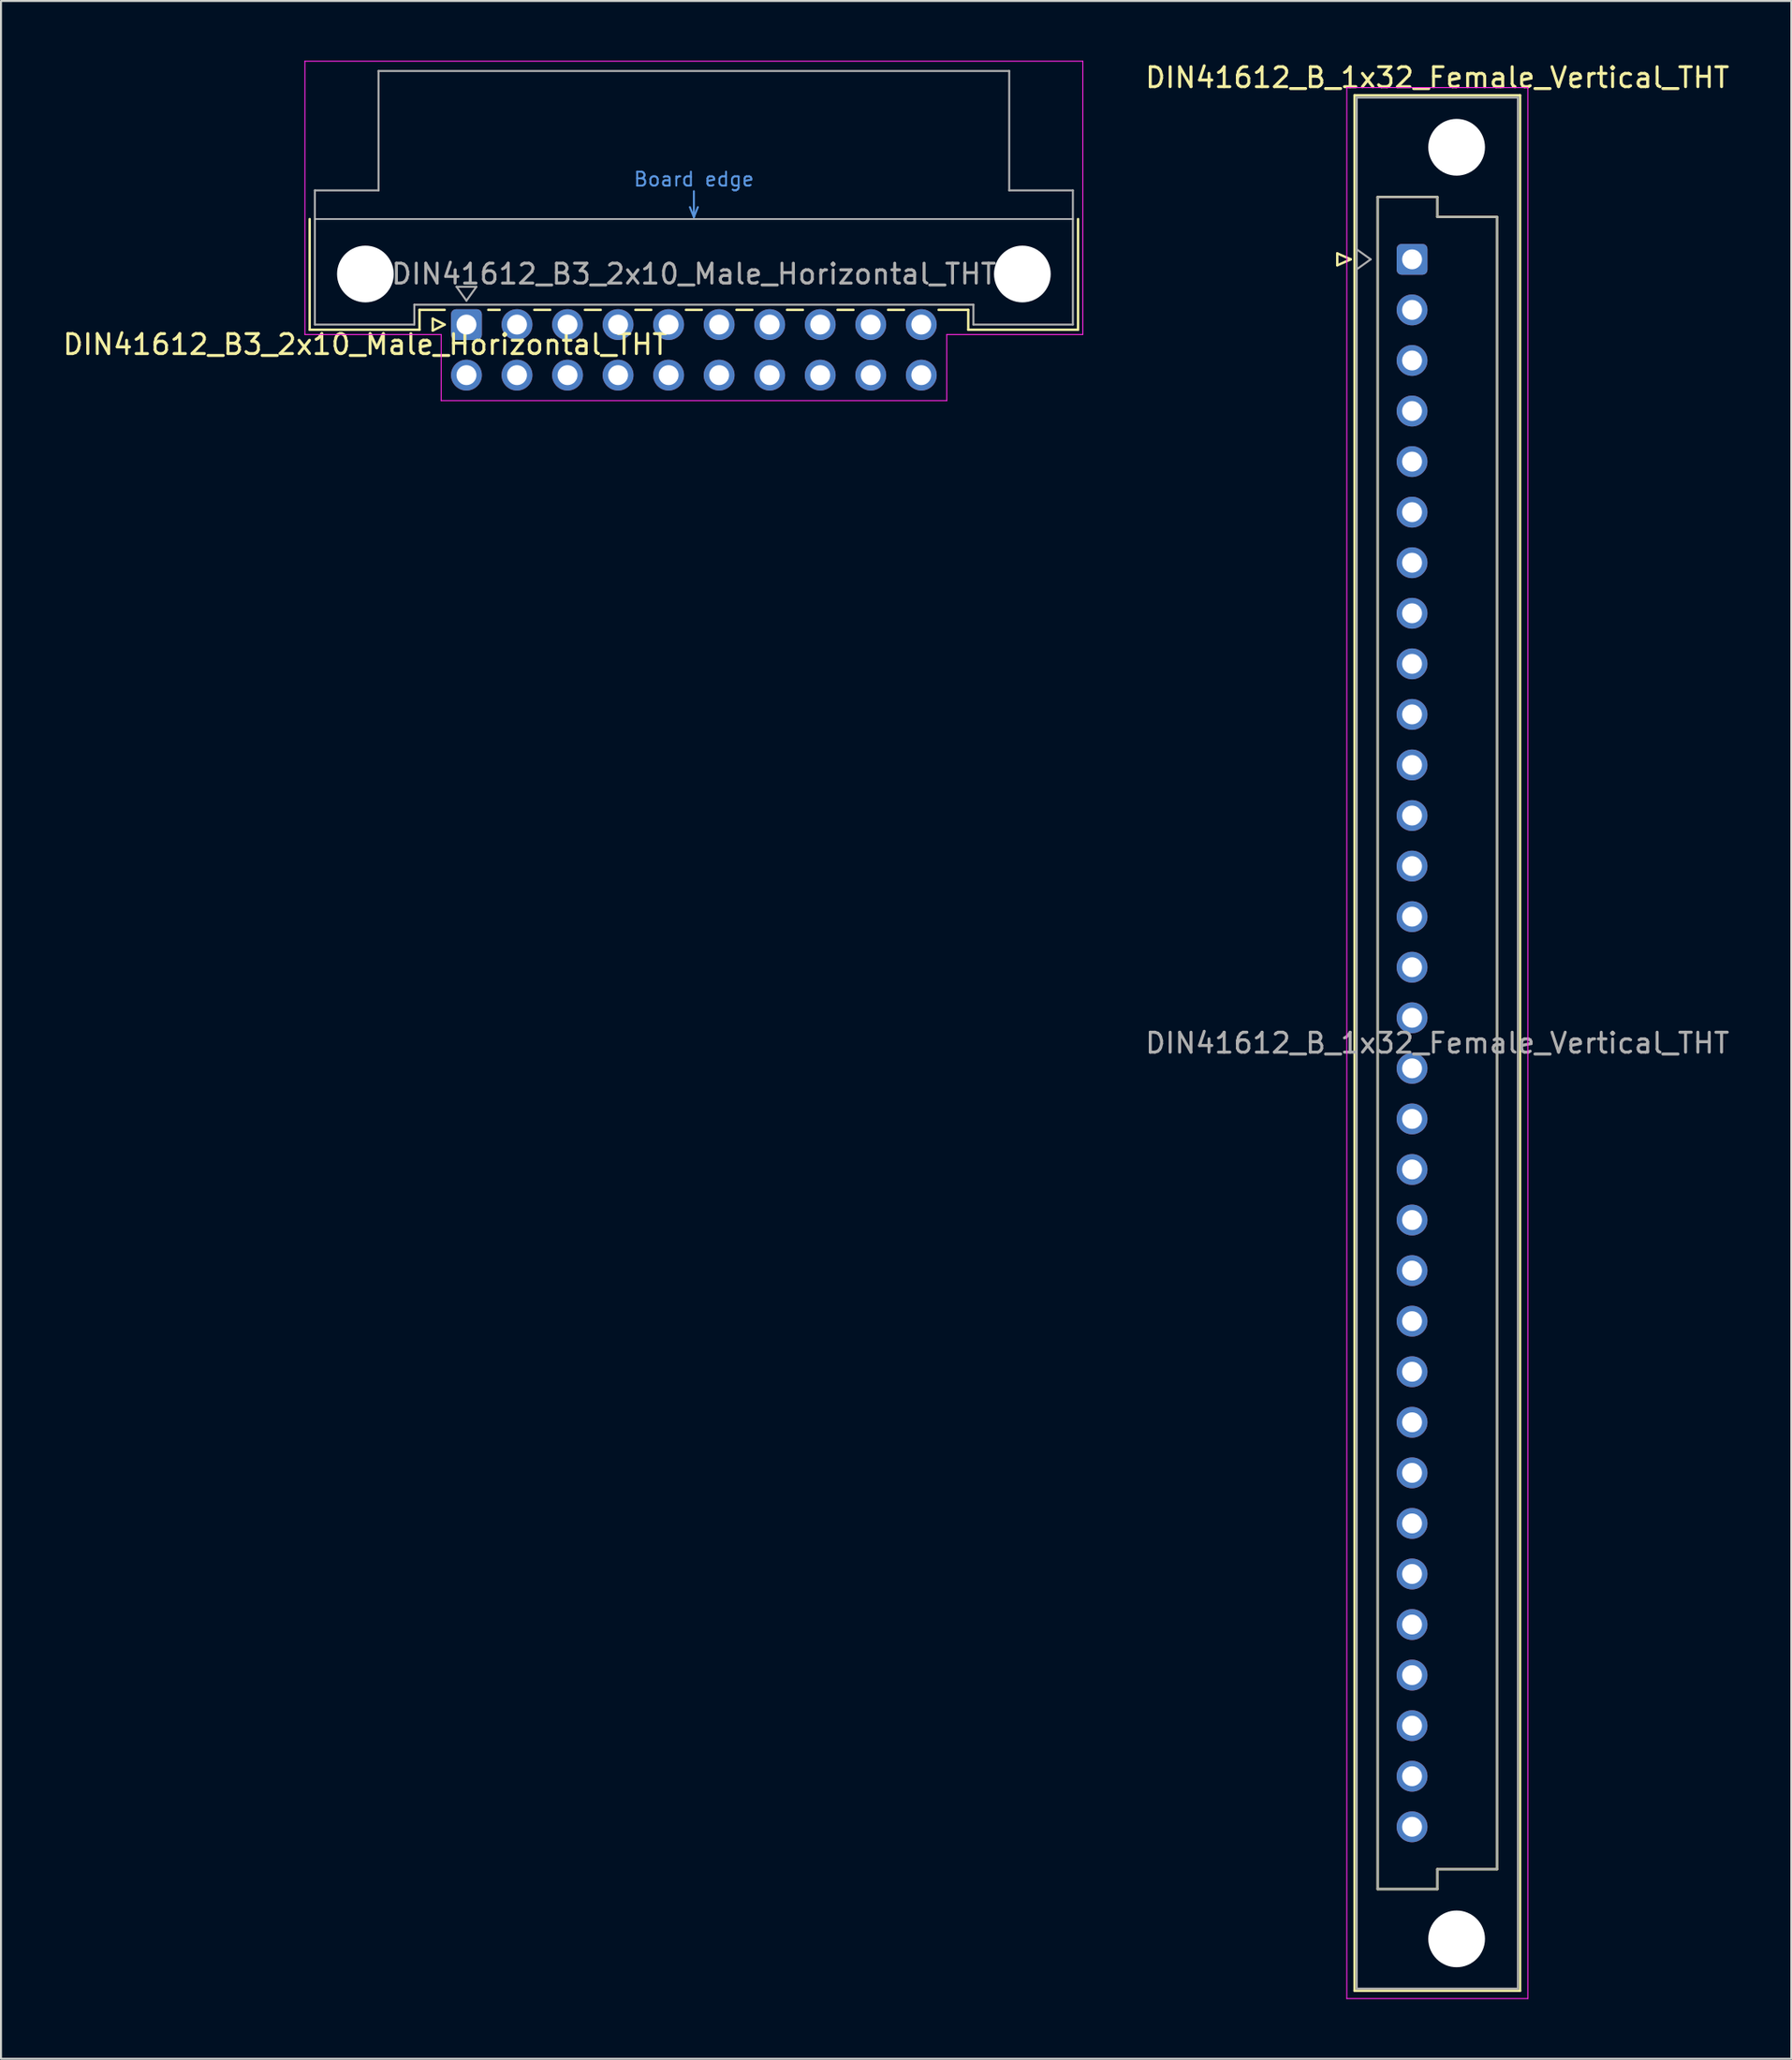
<source format=kicad_pcb>
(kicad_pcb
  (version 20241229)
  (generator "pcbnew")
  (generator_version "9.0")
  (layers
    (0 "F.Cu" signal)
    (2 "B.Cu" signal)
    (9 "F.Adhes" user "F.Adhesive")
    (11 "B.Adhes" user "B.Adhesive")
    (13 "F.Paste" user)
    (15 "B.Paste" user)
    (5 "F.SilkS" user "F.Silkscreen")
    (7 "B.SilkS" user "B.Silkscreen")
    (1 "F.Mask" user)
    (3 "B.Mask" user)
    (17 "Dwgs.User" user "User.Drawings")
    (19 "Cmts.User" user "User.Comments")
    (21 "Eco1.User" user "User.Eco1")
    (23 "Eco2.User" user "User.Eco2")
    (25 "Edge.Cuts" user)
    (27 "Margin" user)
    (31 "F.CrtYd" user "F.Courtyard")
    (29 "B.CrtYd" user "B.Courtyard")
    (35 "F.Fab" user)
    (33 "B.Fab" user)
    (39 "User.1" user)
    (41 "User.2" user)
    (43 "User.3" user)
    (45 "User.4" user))
  (footprint "DIN41612_B3_2x10_Male_Horizontal_THT"
    (layer "F.Cu")
    (at 20.395 13.255)
    (property "Reference" "DIN41612_B3_2x10_Male_Horizontal_THT" (at -5.08 1 0) (layer "F.SilkS") (effects (font (size 1 1) (thickness 0.15))))
    (attr through_hole)
    (fp_line (start -7.88 -5.3) (end -7.88 0.26) (stroke (width 0.12) (type solid)) (layer "F.SilkS"))
    (fp_line (start -7.88 0.26) (end -2.36 0.26) (stroke (width 0.12) (type solid)) (layer "F.SilkS"))
    (fp_line (start -2.361 -0.74) (end -1.095 -0.74) (stroke (width 0.12) (type solid)) (layer "F.SilkS"))
    (fp_line (start -2.36 0.26) (end -2.36 -0.74) (stroke (width 0.12) (type solid)) (layer "F.SilkS"))
    (fp_line (start -1.695 -0.3) (end -1.695 0.3) (stroke (width 0.12) (type solid)) (layer "F.SilkS"))
    (fp_line (start -1.695 0.3) (end -1.095 0) (stroke (width 0.12) (type solid)) (layer "F.SilkS"))
    (fp_line (start -1.095 0) (end -1.695 -0.3) (stroke (width 0.12) (type solid)) (layer "F.SilkS"))
    (fp_line (start 1.095 -0.74) (end 1.671 -0.74) (stroke (width 0.12) (type solid)) (layer "F.SilkS"))
    (fp_line (start 3.41 -0.74) (end 4.211 -0.74) (stroke (width 0.12) (type solid)) (layer "F.SilkS"))
    (fp_line (start 5.95 -0.74) (end 6.751 -0.74) (stroke (width 0.12) (type solid)) (layer "F.SilkS"))
    (fp_line (start 8.49 -0.74) (end 9.291 -0.74) (stroke (width 0.12) (type solid)) (layer "F.SilkS"))
    (fp_line (start 11.03 -0.74) (end 11.831 -0.74) (stroke (width 0.12) (type solid)) (layer "F.SilkS"))
    (fp_line (start 13.57 -0.74) (end 14.371 -0.74) (stroke (width 0.12) (type solid)) (layer "F.SilkS"))
    (fp_line (start 16.11 -0.74) (end 16.911 -0.74) (stroke (width 0.12) (type solid)) (layer "F.SilkS"))
    (fp_line (start 18.65 -0.74) (end 19.451 -0.74) (stroke (width 0.12) (type solid)) (layer "F.SilkS"))
    (fp_line (start 21.19 -0.74) (end 21.991 -0.74) (stroke (width 0.12) (type solid)) (layer "F.SilkS"))
    (fp_line (start 23.73 -0.74) (end 25.22 -0.74) (stroke (width 0.12) (type solid)) (layer "F.SilkS"))
    (fp_line (start 25.22 0.26) (end 25.22 -0.74) (stroke (width 0.12) (type solid)) (layer "F.SilkS"))
    (fp_line (start 30.74 -5.3) (end 30.74 0.26) (stroke (width 0.12) (type solid)) (layer "F.SilkS"))
    (fp_line (start 30.74 0.26) (end 25.22 0.26) (stroke (width 0.12) (type solid)) (layer "F.SilkS"))
    (fp_line (start -7.62 -5.3) (end 30.48 -5.3) (stroke (width 0.08) (type solid)) (layer "Dwgs.User"))
    (fp_line (start 11.23 -5.9) (end 11.43 -5.4) (stroke (width 0.1) (type solid)) (layer "Cmts.User"))
    (fp_line (start 11.43 -5.4) (end 11.43 -6.7) (stroke (width 0.1) (type solid)) (layer "Cmts.User"))
    (fp_line (start 11.43 -5.4) (end 11.63 -5.9) (stroke (width 0.1) (type solid)) (layer "Cmts.User"))
    (fp_line (start -8.12 -13.23) (end -8.12 0.5) (stroke (width 0.05) (type solid)) (layer "F.CrtYd"))
    (fp_line (start -8.12 0.5) (end -1.27 0.5) (stroke (width 0.05) (type solid)) (layer "F.CrtYd"))
    (fp_line (start -1.27 0.5) (end -1.27 3.82) (stroke (width 0.05) (type solid)) (layer "F.CrtYd"))
    (fp_line (start -1.27 3.82) (end 24.14 3.82) (stroke (width 0.05) (type solid)) (layer "F.CrtYd"))
    (fp_line (start 24.14 0.5) (end 30.98 0.5) (stroke (width 0.05) (type solid)) (layer "F.CrtYd"))
    (fp_line (start 24.14 3.82) (end 24.14 0.5) (stroke (width 0.05) (type solid)) (layer "F.CrtYd"))
    (fp_line (start 30.98 -13.23) (end -8.12 -13.23) (stroke (width 0.05) (type solid)) (layer "F.CrtYd"))
    (fp_line (start 30.98 0.5) (end 30.98 -13.23) (stroke (width 0.05) (type solid)) (layer "F.CrtYd"))
    (fp_line (start -7.62 -6.74) (end -7.62 0) (stroke (width 0.1) (type solid)) (layer "F.Fab"))
    (fp_line (start -7.62 0) (end -2.62 0) (stroke (width 0.1) (type solid)) (layer "F.Fab"))
    (fp_line (start -4.42 -12.74) (end -4.42 -6.74) (stroke (width 0.1) (type solid)) (layer "F.Fab"))
    (fp_line (start -4.42 -6.74) (end -7.62 -6.74) (stroke (width 0.1) (type solid)) (layer "F.Fab"))
    (fp_line (start -2.62 -1) (end 25.48 -1) (stroke (width 0.1) (type solid)) (layer "F.Fab"))
    (fp_line (start -2.62 0) (end -2.62 -1) (stroke (width 0.1) (type solid)) (layer "F.Fab"))
    (fp_line (start -0.5 -1.9) (end 0.5 -1.9) (stroke (width 0.1) (type solid)) (layer "F.Fab"))
    (fp_line (start 0 -1.2) (end -0.5 -1.9) (stroke (width 0.1) (type solid)) (layer "F.Fab"))
    (fp_line (start 0.5 -1.9) (end 0 -1.2) (stroke (width 0.1) (type solid)) (layer "F.Fab"))
    (fp_line (start 25.48 -1) (end 25.48 0) (stroke (width 0.1) (type solid)) (layer "F.Fab"))
    (fp_line (start 25.48 0) (end 30.48 0) (stroke (width 0.1) (type solid)) (layer "F.Fab"))
    (fp_line (start 27.28 -12.74) (end -4.42 -12.74) (stroke (width 0.1) (type solid)) (layer "F.Fab"))
    (fp_line (start 27.28 -6.74) (end 27.28 -12.74) (stroke (width 0.1) (type solid)) (layer "F.Fab"))
    (fp_line (start 30.48 -6.74) (end 27.28 -6.74) (stroke (width 0.1) (type solid)) (layer "F.Fab"))
    (fp_line (start 30.48 0) (end 30.48 -6.74) (stroke (width 0.1) (type solid)) (layer "F.Fab"))
    (fp_text user "Board edge" (at 11.43 -7.3 0) (layer "Cmts.User") (effects (font (size 0.7 0.7) (thickness 0.1))))
    (fp_text user "${REFERENCE}" (at 11.43 -2.54 0) (layer "F.Fab") (effects (font (size 1 1) (thickness 0.15))))
    (pad "" np_thru_hole circle (at -5.08 -2.54) (size 2.85 2.85) (drill 2.85) (layers "*.Cu" "*.Mask"))
    (pad "" np_thru_hole circle (at 27.94 -2.54) (size 2.85 2.85) (drill 2.85) (layers "*.Cu" "*.Mask"))
    (pad "a1" thru_hole roundrect (at 0 0) (size 1.55 1.55) (drill 1) (layers "*.Cu" "*.Mask") (roundrect_rratio 0.161))
    (pad "a2" thru_hole circle (at 2.54 0) (size 1.55 1.55) (drill 1) (layers "*.Cu" "*.Mask"))
    (pad "a3" thru_hole circle (at 5.08 0) (size 1.55 1.55) (drill 1) (layers "*.Cu" "*.Mask"))
    (pad "a4" thru_hole circle (at 7.62 0) (size 1.55 1.55) (drill 1) (layers "*.Cu" "*.Mask"))
    (pad "a5" thru_hole circle (at 10.16 0) (size 1.55 1.55) (drill 1) (layers "*.Cu" "*.Mask"))
    (pad "a6" thru_hole circle (at 12.7 0) (size 1.55 1.55) (drill 1) (layers "*.Cu" "*.Mask"))
    (pad "a7" thru_hole circle (at 15.24 0) (size 1.55 1.55) (drill 1) (layers "*.Cu" "*.Mask"))
    (pad "a8" thru_hole circle (at 17.78 0) (size 1.55 1.55) (drill 1) (layers "*.Cu" "*.Mask"))
    (pad "a9" thru_hole circle (at 20.32 0) (size 1.55 1.55) (drill 1) (layers "*.Cu" "*.Mask"))
    (pad "a10" thru_hole circle (at 22.86 0) (size 1.55 1.55) (drill 1) (layers "*.Cu" "*.Mask"))
    (pad "b1" thru_hole circle (at 0 2.54) (size 1.55 1.55) (drill 1) (layers "*.Cu" "*.Mask"))
    (pad "b2" thru_hole circle (at 2.54 2.54) (size 1.55 1.55) (drill 1) (layers "*.Cu" "*.Mask"))
    (pad "b3" thru_hole circle (at 5.08 2.54) (size 1.55 1.55) (drill 1) (layers "*.Cu" "*.Mask"))
    (pad "b4" thru_hole circle (at 7.62 2.54) (size 1.55 1.55) (drill 1) (layers "*.Cu" "*.Mask"))
    (pad "b5" thru_hole circle (at 10.16 2.54) (size 1.55 1.55) (drill 1) (layers "*.Cu" "*.Mask"))
    (pad "b6" thru_hole circle (at 12.7 2.54) (size 1.55 1.55) (drill 1) (layers "*.Cu" "*.Mask"))
    (pad "b7" thru_hole circle (at 15.24 2.54) (size 1.55 1.55) (drill 1) (layers "*.Cu" "*.Mask"))
    (pad "b8" thru_hole circle (at 17.78 2.54) (size 1.55 1.55) (drill 1) (layers "*.Cu" "*.Mask"))
    (pad "b9" thru_hole circle (at 20.32 2.54) (size 1.55 1.55) (drill 1) (layers "*.Cu" "*.Mask"))
    (pad "b10" thru_hole circle (at 22.86 2.54) (size 1.55 1.55) (drill 1) (layers "*.Cu" "*.Mask")))
  (footprint "DIN41612_B_1x32_Female_Vertical_THT"
    (layer "F.Cu")
    (at 67.922 9.978)
    (property "Reference" "DIN41612_B_1x32_Female_Vertical_THT" (at 1.27 -9.13 0) (layer "F.SilkS") (effects (font (size 1 1) (thickness 0.15))))
    (attr through_hole)
    (fp_line (start -3.76 -0.3) (end -3.76 0.3) (stroke (width 0.12) (type solid)) (layer "F.SilkS"))
    (fp_line (start -3.76 0.3) (end -3.08 0) (stroke (width 0.12) (type solid)) (layer "F.SilkS"))
    (fp_line (start -3.08 0) (end -3.76 -0.3) (stroke (width 0.12) (type solid)) (layer "F.SilkS"))
    (fp_line (start -2.89 -8.24) (end 5.43 -8.24) (stroke (width 0.12) (type solid)) (layer "F.SilkS"))
    (fp_line (start -2.89 86.98) (end -2.89 -8.24) (stroke (width 0.12) (type solid)) (layer "F.SilkS"))
    (fp_line (start -1.73 -3.131) (end 1.27 -3.131) (stroke (width 0.12) (type solid)) (layer "F.SilkS"))
    (fp_line (start -1.73 81.87) (end -1.73 -3.131) (stroke (width 0.12) (type solid)) (layer "F.SilkS"))
    (fp_line (start 1.27 -3.131) (end 1.27 -2.131) (stroke (width 0.12) (type solid)) (layer "F.SilkS"))
    (fp_line (start 1.27 -2.131) (end 4.27 -2.131) (stroke (width 0.12) (type solid)) (layer "F.SilkS"))
    (fp_line (start 1.27 80.87) (end 1.27 81.87) (stroke (width 0.12) (type solid)) (layer "F.SilkS"))
    (fp_line (start 1.27 81.87) (end -1.73 81.87) (stroke (width 0.12) (type solid)) (layer "F.SilkS"))
    (fp_line (start 4.27 -2.131) (end 4.27 80.87) (stroke (width 0.12) (type solid)) (layer "F.SilkS"))
    (fp_line (start 4.27 80.87) (end 1.27 80.87) (stroke (width 0.12) (type solid)) (layer "F.SilkS"))
    (fp_line (start 5.43 -8.24) (end 5.43 86.98) (stroke (width 0.12) (type solid)) (layer "F.SilkS"))
    (fp_line (start 5.43 86.98) (end -2.89 86.98) (stroke (width 0.12) (type solid)) (layer "F.SilkS"))
    (fp_line (start -3.28 -8.63) (end 5.82 -8.63) (stroke (width 0.05) (type solid)) (layer "F.CrtYd"))
    (fp_line (start -3.28 87.37) (end -3.28 -8.63) (stroke (width 0.05) (type solid)) (layer "F.CrtYd"))
    (fp_line (start 5.82 -8.63) (end 5.82 87.37) (stroke (width 0.05) (type solid)) (layer "F.CrtYd"))
    (fp_line (start 5.82 87.37) (end -3.28 87.37) (stroke (width 0.05) (type solid)) (layer "F.CrtYd"))
    (fp_line (start -2.78 -8.13) (end 5.32 -8.13) (stroke (width 0.1) (type solid)) (layer "F.Fab"))
    (fp_line (start -2.78 -0.5) (end -2.08 0) (stroke (width 0.1) (type solid)) (layer "F.Fab"))
    (fp_line (start -2.78 86.87) (end -2.78 -8.13) (stroke (width 0.1) (type solid)) (layer "F.Fab"))
    (fp_line (start -2.08 0) (end -2.78 0.5) (stroke (width 0.1) (type solid)) (layer "F.Fab"))
    (fp_line (start -1.73 -3.13) (end 1.27 -3.13) (stroke (width 0.1) (type solid)) (layer "F.Fab"))
    (fp_line (start -1.73 81.87) (end -1.73 -3.13) (stroke (width 0.1) (type solid)) (layer "F.Fab"))
    (fp_line (start 1.27 -3.13) (end 1.27 -2.13) (stroke (width 0.1) (type solid)) (layer "F.Fab"))
    (fp_line (start 1.27 -2.13) (end 4.27 -2.13) (stroke (width 0.1) (type solid)) (layer "F.Fab"))
    (fp_line (start 1.27 80.87) (end 1.27 81.87) (stroke (width 0.1) (type solid)) (layer "F.Fab"))
    (fp_line (start 1.27 81.87) (end -1.73 81.87) (stroke (width 0.1) (type solid)) (layer "F.Fab"))
    (fp_line (start 4.27 -2.13) (end 4.27 80.87) (stroke (width 0.1) (type solid)) (layer "F.Fab"))
    (fp_line (start 4.27 80.87) (end 1.27 80.87) (stroke (width 0.1) (type solid)) (layer "F.Fab"))
    (fp_line (start 5.32 -8.13) (end 5.32 86.87) (stroke (width 0.1) (type solid)) (layer "F.Fab"))
    (fp_line (start 5.32 86.87) (end -2.78 86.87) (stroke (width 0.1) (type solid)) (layer "F.Fab"))
    (fp_text user "${REFERENCE}" (at 1.27 39.37 0) (layer "F.Fab") (effects (font (size 1 1) (thickness 0.15))))
    (pad "" np_thru_hole circle (at 2.24 -5.63) (size 2.85 2.85) (drill 2.85) (layers "*.Cu" "*.Mask"))
    (pad "" np_thru_hole circle (at 2.24 84.37) (size 2.85 2.85) (drill 2.85) (layers "*.Cu" "*.Mask"))
    (pad "a1" thru_hole roundrect (at 0 0) (size 1.55 1.55) (drill 1) (layers "*.Cu" "*.Mask") (roundrect_rratio 0.161))
    (pad "a2" thru_hole circle (at 0 2.54) (size 1.55 1.55) (drill 1) (layers "*.Cu" "*.Mask"))
    (pad "a3" thru_hole circle (at 0 5.08) (size 1.55 1.55) (drill 1) (layers "*.Cu" "*.Mask"))
    (pad "a4" thru_hole circle (at 0 7.62) (size 1.55 1.55) (drill 1) (layers "*.Cu" "*.Mask"))
    (pad "a5" thru_hole circle (at 0 10.16) (size 1.55 1.55) (drill 1) (layers "*.Cu" "*.Mask"))
    (pad "a6" thru_hole circle (at 0 12.7) (size 1.55 1.55) (drill 1) (layers "*.Cu" "*.Mask"))
    (pad "a7" thru_hole circle (at 0 15.24) (size 1.55 1.55) (drill 1) (layers "*.Cu" "*.Mask"))
    (pad "a8" thru_hole circle (at 0 17.78) (size 1.55 1.55) (drill 1) (layers "*.Cu" "*.Mask"))
    (pad "a9" thru_hole circle (at 0 20.32) (size 1.55 1.55) (drill 1) (layers "*.Cu" "*.Mask"))
    (pad "a10" thru_hole circle (at 0 22.86) (size 1.55 1.55) (drill 1) (layers "*.Cu" "*.Mask"))
    (pad "a11" thru_hole circle (at 0 25.4) (size 1.55 1.55) (drill 1) (layers "*.Cu" "*.Mask"))
    (pad "a12" thru_hole circle (at 0 27.94) (size 1.55 1.55) (drill 1) (layers "*.Cu" "*.Mask"))
    (pad "a13" thru_hole circle (at 0 30.48) (size 1.55 1.55) (drill 1) (layers "*.Cu" "*.Mask"))
    (pad "a14" thru_hole circle (at 0 33.02) (size 1.55 1.55) (drill 1) (layers "*.Cu" "*.Mask"))
    (pad "a15" thru_hole circle (at 0 35.56) (size 1.55 1.55) (drill 1) (layers "*.Cu" "*.Mask"))
    (pad "a16" thru_hole circle (at 0 38.1) (size 1.55 1.55) (drill 1) (layers "*.Cu" "*.Mask"))
    (pad "a17" thru_hole circle (at 0 40.64) (size 1.55 1.55) (drill 1) (layers "*.Cu" "*.Mask"))
    (pad "a18" thru_hole circle (at 0 43.18) (size 1.55 1.55) (drill 1) (layers "*.Cu" "*.Mask"))
    (pad "a19" thru_hole circle (at 0 45.72) (size 1.55 1.55) (drill 1) (layers "*.Cu" "*.Mask"))
    (pad "a20" thru_hole circle (at 0 48.26) (size 1.55 1.55) (drill 1) (layers "*.Cu" "*.Mask"))
    (pad "a21" thru_hole circle (at 0 50.8) (size 1.55 1.55) (drill 1) (layers "*.Cu" "*.Mask"))
    (pad "a22" thru_hole circle (at 0 53.34) (size 1.55 1.55) (drill 1) (layers "*.Cu" "*.Mask"))
    (pad "a23" thru_hole circle (at 0 55.88) (size 1.55 1.55) (drill 1) (layers "*.Cu" "*.Mask"))
    (pad "a24" thru_hole circle (at 0 58.42) (size 1.55 1.55) (drill 1) (layers "*.Cu" "*.Mask"))
    (pad "a25" thru_hole circle (at 0 60.96) (size 1.55 1.55) (drill 1) (layers "*.Cu" "*.Mask"))
    (pad "a26" thru_hole circle (at 0 63.5) (size 1.55 1.55) (drill 1) (layers "*.Cu" "*.Mask"))
    (pad "a27" thru_hole circle (at 0 66.04) (size 1.55 1.55) (drill 1) (layers "*.Cu" "*.Mask"))
    (pad "a28" thru_hole circle (at 0 68.58) (size 1.55 1.55) (drill 1) (layers "*.Cu" "*.Mask"))
    (pad "a29" thru_hole circle (at 0 71.12) (size 1.55 1.55) (drill 1) (layers "*.Cu" "*.Mask"))
    (pad "a30" thru_hole circle (at 0 73.66) (size 1.55 1.55) (drill 1) (layers "*.Cu" "*.Mask"))
    (pad "a31" thru_hole circle (at 0 76.2) (size 1.55 1.55) (drill 1) (layers "*.Cu" "*.Mask"))
    (pad "a32" thru_hole circle (at 0 78.74) (size 1.55 1.55) (drill 1) (layers "*.Cu" "*.Mask")))
  (gr_rect
    (start -3 -3)
    (end 86.984 100.373)
    (stroke (width 0.1) (type default))
    (fill no)
    (layer "Edge.Cuts")))
</source>
